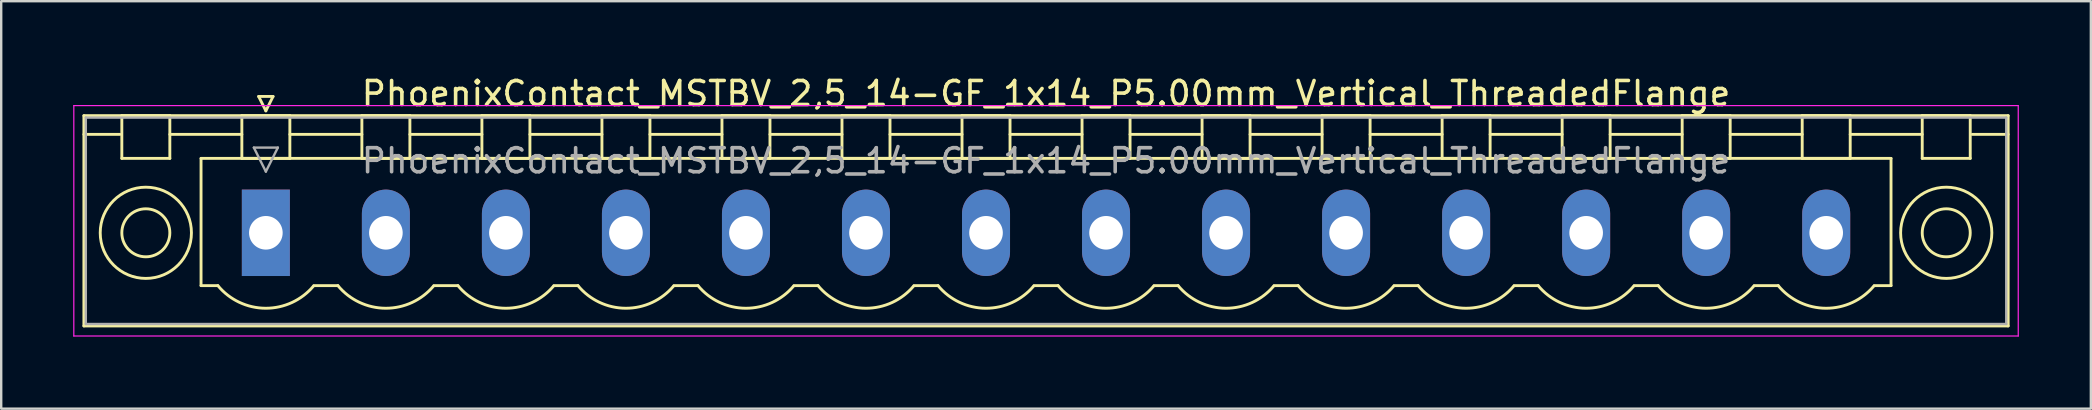
<source format=kicad_pcb>
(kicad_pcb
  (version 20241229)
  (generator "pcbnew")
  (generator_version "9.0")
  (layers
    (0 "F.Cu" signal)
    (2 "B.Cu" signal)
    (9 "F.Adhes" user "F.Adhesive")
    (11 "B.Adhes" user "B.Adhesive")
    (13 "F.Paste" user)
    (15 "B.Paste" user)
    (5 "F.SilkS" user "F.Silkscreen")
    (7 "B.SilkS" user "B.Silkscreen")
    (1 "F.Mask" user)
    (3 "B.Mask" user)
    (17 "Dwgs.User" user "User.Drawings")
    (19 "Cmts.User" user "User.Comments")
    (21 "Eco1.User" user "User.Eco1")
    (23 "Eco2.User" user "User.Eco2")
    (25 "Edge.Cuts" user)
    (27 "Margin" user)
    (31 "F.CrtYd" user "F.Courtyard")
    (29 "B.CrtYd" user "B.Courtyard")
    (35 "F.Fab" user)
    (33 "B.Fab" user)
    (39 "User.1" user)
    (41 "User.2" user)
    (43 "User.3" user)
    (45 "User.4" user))
  (footprint "PhoenixContact_MSTBV_2,5_14-GF_1x14_P5.00mm_Vertical_ThreadedFlange"
    (layer "F.Cu")
    (at 8.025 6.648)
    (property "Reference" "PhoenixContact_MSTBV_2,5_14-GF_1x14_P5.00mm_Vertical_ThreadedFlange" (at 32.5 -5.8 0) (layer "F.SilkS") (effects (font (size 1 1) (thickness 0.15))))
    (attr through_hole)
    (fp_line (start -7.58 -4.88) (end -7.58 3.88) (stroke (width 0.12) (type solid)) (layer "F.SilkS"))
    (fp_line (start -7.58 -4.1) (end -6.08 -4.1) (stroke (width 0.12) (type solid)) (layer "F.SilkS"))
    (fp_line (start -7.58 3.88) (end 72.58 3.88) (stroke (width 0.12) (type solid)) (layer "F.SilkS"))
    (fp_line (start -6 -4.88) (end -4 -4.88) (stroke (width 0.12) (type solid)) (layer "F.SilkS"))
    (fp_line (start -6 -3.1) (end -6 -4.88) (stroke (width 0.12) (type solid)) (layer "F.SilkS"))
    (fp_line (start -4 -4.88) (end -4 -3.1) (stroke (width 0.12) (type solid)) (layer "F.SilkS"))
    (fp_line (start -4 -4.1) (end -1 -4.1) (stroke (width 0.12) (type solid)) (layer "F.SilkS"))
    (fp_line (start -4 -3.1) (end -6 -3.1) (stroke (width 0.12) (type solid)) (layer "F.SilkS"))
    (fp_line (start -2.7 -3.1) (end 67.7 -3.1) (stroke (width 0.12) (type solid)) (layer "F.SilkS"))
    (fp_line (start -2.7 2.2) (end -2.7 -3.1) (stroke (width 0.12) (type solid)) (layer "F.SilkS"))
    (fp_line (start -2 2.2) (end -2.7 2.2) (stroke (width 0.12) (type solid)) (layer "F.SilkS"))
    (fp_line (start -1 -4.88) (end 1 -4.88) (stroke (width 0.12) (type solid)) (layer "F.SilkS"))
    (fp_line (start -1 -3.1) (end -1 -4.88) (stroke (width 0.12) (type solid)) (layer "F.SilkS"))
    (fp_line (start -0.3 -5.68) (end 0.3 -5.68) (stroke (width 0.12) (type solid)) (layer "F.SilkS"))
    (fp_line (start 0 -5.08) (end -0.3 -5.68) (stroke (width 0.12) (type solid)) (layer "F.SilkS"))
    (fp_line (start 0.3 -5.68) (end 0 -5.08) (stroke (width 0.12) (type solid)) (layer "F.SilkS"))
    (fp_line (start 1 -4.88) (end 1 -3.1) (stroke (width 0.12) (type solid)) (layer "F.SilkS"))
    (fp_line (start 1 -4.1) (end 4 -4.1) (stroke (width 0.12) (type solid)) (layer "F.SilkS"))
    (fp_line (start 1 -3.1) (end -1 -3.1) (stroke (width 0.12) (type solid)) (layer "F.SilkS"))
    (fp_line (start 2 2.2) (end 3 2.2) (stroke (width 0.12) (type solid)) (layer "F.SilkS"))
    (fp_line (start 4 -4.88) (end 6 -4.88) (stroke (width 0.12) (type solid)) (layer "F.SilkS"))
    (fp_line (start 4 -3.1) (end 4 -4.88) (stroke (width 0.12) (type solid)) (layer "F.SilkS"))
    (fp_line (start 6 -4.88) (end 6 -3.1) (stroke (width 0.12) (type solid)) (layer "F.SilkS"))
    (fp_line (start 6 -4.1) (end 9 -4.1) (stroke (width 0.12) (type solid)) (layer "F.SilkS"))
    (fp_line (start 6 -3.1) (end 4 -3.1) (stroke (width 0.12) (type solid)) (layer "F.SilkS"))
    (fp_line (start 7 2.2) (end 8 2.2) (stroke (width 0.12) (type solid)) (layer "F.SilkS"))
    (fp_line (start 9 -4.88) (end 11 -4.88) (stroke (width 0.12) (type solid)) (layer "F.SilkS"))
    (fp_line (start 9 -3.1) (end 9 -4.88) (stroke (width 0.12) (type solid)) (layer "F.SilkS"))
    (fp_line (start 11 -4.88) (end 11 -3.1) (stroke (width 0.12) (type solid)) (layer "F.SilkS"))
    (fp_line (start 11 -4.1) (end 14 -4.1) (stroke (width 0.12) (type solid)) (layer "F.SilkS"))
    (fp_line (start 11 -3.1) (end 9 -3.1) (stroke (width 0.12) (type solid)) (layer "F.SilkS"))
    (fp_line (start 12 2.2) (end 13 2.2) (stroke (width 0.12) (type solid)) (layer "F.SilkS"))
    (fp_line (start 14 -4.88) (end 16 -4.88) (stroke (width 0.12) (type solid)) (layer "F.SilkS"))
    (fp_line (start 14 -3.1) (end 14 -4.88) (stroke (width 0.12) (type solid)) (layer "F.SilkS"))
    (fp_line (start 16 -4.88) (end 16 -3.1) (stroke (width 0.12) (type solid)) (layer "F.SilkS"))
    (fp_line (start 16 -4.1) (end 19 -4.1) (stroke (width 0.12) (type solid)) (layer "F.SilkS"))
    (fp_line (start 16 -3.1) (end 14 -3.1) (stroke (width 0.12) (type solid)) (layer "F.SilkS"))
    (fp_line (start 17 2.2) (end 18 2.2) (stroke (width 0.12) (type solid)) (layer "F.SilkS"))
    (fp_line (start 19 -4.88) (end 21 -4.88) (stroke (width 0.12) (type solid)) (layer "F.SilkS"))
    (fp_line (start 19 -3.1) (end 19 -4.88) (stroke (width 0.12) (type solid)) (layer "F.SilkS"))
    (fp_line (start 21 -4.88) (end 21 -3.1) (stroke (width 0.12) (type solid)) (layer "F.SilkS"))
    (fp_line (start 21 -4.1) (end 24 -4.1) (stroke (width 0.12) (type solid)) (layer "F.SilkS"))
    (fp_line (start 21 -3.1) (end 19 -3.1) (stroke (width 0.12) (type solid)) (layer "F.SilkS"))
    (fp_line (start 22 2.2) (end 23 2.2) (stroke (width 0.12) (type solid)) (layer "F.SilkS"))
    (fp_line (start 24 -4.88) (end 26 -4.88) (stroke (width 0.12) (type solid)) (layer "F.SilkS"))
    (fp_line (start 24 -3.1) (end 24 -4.88) (stroke (width 0.12) (type solid)) (layer "F.SilkS"))
    (fp_line (start 26 -4.88) (end 26 -3.1) (stroke (width 0.12) (type solid)) (layer "F.SilkS"))
    (fp_line (start 26 -4.1) (end 29 -4.1) (stroke (width 0.12) (type solid)) (layer "F.SilkS"))
    (fp_line (start 26 -3.1) (end 24 -3.1) (stroke (width 0.12) (type solid)) (layer "F.SilkS"))
    (fp_line (start 27 2.2) (end 28 2.2) (stroke (width 0.12) (type solid)) (layer "F.SilkS"))
    (fp_line (start 29 -4.88) (end 31 -4.88) (stroke (width 0.12) (type solid)) (layer "F.SilkS"))
    (fp_line (start 29 -3.1) (end 29 -4.88) (stroke (width 0.12) (type solid)) (layer "F.SilkS"))
    (fp_line (start 31 -4.88) (end 31 -3.1) (stroke (width 0.12) (type solid)) (layer "F.SilkS"))
    (fp_line (start 31 -4.1) (end 34 -4.1) (stroke (width 0.12) (type solid)) (layer "F.SilkS"))
    (fp_line (start 31 -3.1) (end 29 -3.1) (stroke (width 0.12) (type solid)) (layer "F.SilkS"))
    (fp_line (start 32 2.2) (end 33 2.2) (stroke (width 0.12) (type solid)) (layer "F.SilkS"))
    (fp_line (start 34 -4.88) (end 36 -4.88) (stroke (width 0.12) (type solid)) (layer "F.SilkS"))
    (fp_line (start 34 -3.1) (end 34 -4.88) (stroke (width 0.12) (type solid)) (layer "F.SilkS"))
    (fp_line (start 36 -4.88) (end 36 -3.1) (stroke (width 0.12) (type solid)) (layer "F.SilkS"))
    (fp_line (start 36 -4.1) (end 39 -4.1) (stroke (width 0.12) (type solid)) (layer "F.SilkS"))
    (fp_line (start 36 -3.1) (end 34 -3.1) (stroke (width 0.12) (type solid)) (layer "F.SilkS"))
    (fp_line (start 37 2.2) (end 38 2.2) (stroke (width 0.12) (type solid)) (layer "F.SilkS"))
    (fp_line (start 39 -4.88) (end 41 -4.88) (stroke (width 0.12) (type solid)) (layer "F.SilkS"))
    (fp_line (start 39 -3.1) (end 39 -4.88) (stroke (width 0.12) (type solid)) (layer "F.SilkS"))
    (fp_line (start 41 -4.88) (end 41 -3.1) (stroke (width 0.12) (type solid)) (layer "F.SilkS"))
    (fp_line (start 41 -4.1) (end 44 -4.1) (stroke (width 0.12) (type solid)) (layer "F.SilkS"))
    (fp_line (start 41 -3.1) (end 39 -3.1) (stroke (width 0.12) (type solid)) (layer "F.SilkS"))
    (fp_line (start 42 2.2) (end 43 2.2) (stroke (width 0.12) (type solid)) (layer "F.SilkS"))
    (fp_line (start 44 -4.88) (end 46 -4.88) (stroke (width 0.12) (type solid)) (layer "F.SilkS"))
    (fp_line (start 44 -3.1) (end 44 -4.88) (stroke (width 0.12) (type solid)) (layer "F.SilkS"))
    (fp_line (start 46 -4.88) (end 46 -3.1) (stroke (width 0.12) (type solid)) (layer "F.SilkS"))
    (fp_line (start 46 -4.1) (end 49 -4.1) (stroke (width 0.12) (type solid)) (layer "F.SilkS"))
    (fp_line (start 46 -3.1) (end 44 -3.1) (stroke (width 0.12) (type solid)) (layer "F.SilkS"))
    (fp_line (start 47 2.2) (end 48 2.2) (stroke (width 0.12) (type solid)) (layer "F.SilkS"))
    (fp_line (start 49 -4.88) (end 51 -4.88) (stroke (width 0.12) (type solid)) (layer "F.SilkS"))
    (fp_line (start 49 -3.1) (end 49 -4.88) (stroke (width 0.12) (type solid)) (layer "F.SilkS"))
    (fp_line (start 51 -4.88) (end 51 -3.1) (stroke (width 0.12) (type solid)) (layer "F.SilkS"))
    (fp_line (start 51 -4.1) (end 54 -4.1) (stroke (width 0.12) (type solid)) (layer "F.SilkS"))
    (fp_line (start 51 -3.1) (end 49 -3.1) (stroke (width 0.12) (type solid)) (layer "F.SilkS"))
    (fp_line (start 52 2.2) (end 53 2.2) (stroke (width 0.12) (type solid)) (layer "F.SilkS"))
    (fp_line (start 54 -4.88) (end 56 -4.88) (stroke (width 0.12) (type solid)) (layer "F.SilkS"))
    (fp_line (start 54 -3.1) (end 54 -4.88) (stroke (width 0.12) (type solid)) (layer "F.SilkS"))
    (fp_line (start 56 -4.88) (end 56 -3.1) (stroke (width 0.12) (type solid)) (layer "F.SilkS"))
    (fp_line (start 56 -4.1) (end 59 -4.1) (stroke (width 0.12) (type solid)) (layer "F.SilkS"))
    (fp_line (start 56 -3.1) (end 54 -3.1) (stroke (width 0.12) (type solid)) (layer "F.SilkS"))
    (fp_line (start 57 2.2) (end 58 2.2) (stroke (width 0.12) (type solid)) (layer "F.SilkS"))
    (fp_line (start 59 -4.88) (end 61 -4.88) (stroke (width 0.12) (type solid)) (layer "F.SilkS"))
    (fp_line (start 59 -3.1) (end 59 -4.88) (stroke (width 0.12) (type solid)) (layer "F.SilkS"))
    (fp_line (start 61 -4.88) (end 61 -3.1) (stroke (width 0.12) (type solid)) (layer "F.SilkS"))
    (fp_line (start 61 -4.1) (end 64 -4.1) (stroke (width 0.12) (type solid)) (layer "F.SilkS"))
    (fp_line (start 61 -3.1) (end 59 -3.1) (stroke (width 0.12) (type solid)) (layer "F.SilkS"))
    (fp_line (start 62 2.2) (end 63 2.2) (stroke (width 0.12) (type solid)) (layer "F.SilkS"))
    (fp_line (start 64 -4.88) (end 66 -4.88) (stroke (width 0.12) (type solid)) (layer "F.SilkS"))
    (fp_line (start 64 -3.1) (end 64 -4.88) (stroke (width 0.12) (type solid)) (layer "F.SilkS"))
    (fp_line (start 66 -4.88) (end 66 -3.1) (stroke (width 0.12) (type solid)) (layer "F.SilkS"))
    (fp_line (start 66 -4.1) (end 69 -4.1) (stroke (width 0.12) (type solid)) (layer "F.SilkS"))
    (fp_line (start 66 -3.1) (end 64 -3.1) (stroke (width 0.12) (type solid)) (layer "F.SilkS"))
    (fp_line (start 67.7 -3.1) (end 67.7 2.2) (stroke (width 0.12) (type solid)) (layer "F.SilkS"))
    (fp_line (start 67.7 2.2) (end 67 2.2) (stroke (width 0.12) (type solid)) (layer "F.SilkS"))
    (fp_line (start 69 -4.88) (end 71 -4.88) (stroke (width 0.12) (type solid)) (layer "F.SilkS"))
    (fp_line (start 69 -3.1) (end 69 -4.88) (stroke (width 0.12) (type solid)) (layer "F.SilkS"))
    (fp_line (start 71 -4.88) (end 71 -3.1) (stroke (width 0.12) (type solid)) (layer "F.SilkS"))
    (fp_line (start 71 -3.1) (end 69 -3.1) (stroke (width 0.12) (type solid)) (layer "F.SilkS"))
    (fp_line (start 72.58 -4.88) (end -7.58 -4.88) (stroke (width 0.12) (type solid)) (layer "F.SilkS"))
    (fp_line (start 72.58 -4.1) (end 71.08 -4.1) (stroke (width 0.12) (type solid)) (layer "F.SilkS"))
    (fp_line (start 72.58 3.88) (end 72.58 -4.88) (stroke (width 0.12) (type solid)) (layer "F.SilkS"))
    (fp_arc (start 1.986842 2.215821) (mid -0.010289 3.142758) (end -2 2.2) (stroke (width 0.12) (type solid)) (layer "F.SilkS"))
    (fp_arc (start 6.986842 2.215821) (mid 4.989711 3.142758) (end 3 2.2) (stroke (width 0.12) (type solid)) (layer "F.SilkS"))
    (fp_arc (start 11.986842 2.215821) (mid 9.989711 3.142758) (end 8 2.2) (stroke (width 0.12) (type solid)) (layer "F.SilkS"))
    (fp_arc (start 16.986842 2.215821) (mid 14.989711 3.142758) (end 13 2.2) (stroke (width 0.12) (type solid)) (layer "F.SilkS"))
    (fp_arc (start 21.986842 2.215821) (mid 19.989711 3.142758) (end 18 2.2) (stroke (width 0.12) (type solid)) (layer "F.SilkS"))
    (fp_arc (start 26.986842 2.215821) (mid 24.989711 3.142758) (end 23 2.2) (stroke (width 0.12) (type solid)) (layer "F.SilkS"))
    (fp_arc (start 31.986842 2.215821) (mid 29.989711 3.142758) (end 28 2.2) (stroke (width 0.12) (type solid)) (layer "F.SilkS"))
    (fp_arc (start 36.986842 2.215821) (mid 34.989711 3.142758) (end 33 2.2) (stroke (width 0.12) (type solid)) (layer "F.SilkS"))
    (fp_arc (start 41.986842 2.215821) (mid 39.989711 3.142758) (end 38 2.2) (stroke (width 0.12) (type solid)) (layer "F.SilkS"))
    (fp_arc (start 46.986842 2.215821) (mid 44.989711 3.142758) (end 43 2.2) (stroke (width 0.12) (type solid)) (layer "F.SilkS"))
    (fp_arc (start 51.986842 2.215821) (mid 49.989711 3.142758) (end 48 2.2) (stroke (width 0.12) (type solid)) (layer "F.SilkS"))
    (fp_arc (start 56.986842 2.215821) (mid 54.989711 3.142758) (end 53 2.2) (stroke (width 0.12) (type solid)) (layer "F.SilkS"))
    (fp_arc (start 61.986842 2.215821) (mid 59.989711 3.142758) (end 58 2.2) (stroke (width 0.12) (type solid)) (layer "F.SilkS"))
    (fp_arc (start 66.986842 2.215821) (mid 64.989711 3.142758) (end 63 2.2) (stroke (width 0.12) (type solid)) (layer "F.SilkS"))
    (fp_circle (center -5 0) (end -4 0) (stroke (width 0.12) (type solid)) (fill no) (layer "F.SilkS"))
    (fp_circle (center -5 0) (end -3.1 0) (stroke (width 0.12) (type solid)) (fill no) (layer "F.SilkS"))
    (fp_circle (center 70 0) (end 71 0) (stroke (width 0.12) (type solid)) (fill no) (layer "F.SilkS"))
    (fp_circle (center 70 0) (end 71.9 0) (stroke (width 0.12) (type solid)) (fill no) (layer "F.SilkS"))
    (fp_line (start -8 -5.3) (end -8 4.3) (stroke (width 0.05) (type solid)) (layer "F.CrtYd"))
    (fp_line (start -8 4.3) (end 73 4.3) (stroke (width 0.05) (type solid)) (layer "F.CrtYd"))
    (fp_line (start 73 -5.3) (end -8 -5.3) (stroke (width 0.05) (type solid)) (layer "F.CrtYd"))
    (fp_line (start 73 4.3) (end 73 -5.3) (stroke (width 0.05) (type solid)) (layer "F.CrtYd"))
    (fp_line (start -7.5 -4.8) (end -7.5 3.8) (stroke (width 0.1) (type solid)) (layer "F.Fab"))
    (fp_line (start -7.5 3.8) (end 72.5 3.8) (stroke (width 0.1) (type solid)) (layer "F.Fab"))
    (fp_line (start -0.5 -3.55) (end 0.5 -3.55) (stroke (width 0.1) (type solid)) (layer "F.Fab"))
    (fp_line (start 0 -2.55) (end -0.5 -3.55) (stroke (width 0.1) (type solid)) (layer "F.Fab"))
    (fp_line (start 0.5 -3.55) (end 0 -2.55) (stroke (width 0.1) (type solid)) (layer "F.Fab"))
    (fp_line (start 72.5 -4.8) (end -7.5 -4.8) (stroke (width 0.1) (type solid)) (layer "F.Fab"))
    (fp_line (start 72.5 3.8) (end 72.5 -4.8) (stroke (width 0.1) (type solid)) (layer "F.Fab"))
    (fp_text user "${REFERENCE}" (at 32.5 -3 0) (layer "F.Fab") (effects (font (size 1 1) (thickness 0.15))))
    (pad "1" thru_hole rect (at 0 0) (size 2 3.6) (drill 1.4) (layers "*.Cu" "*.Mask"))
    (pad "2" thru_hole oval (at 5 0) (size 2 3.6) (drill 1.4) (layers "*.Cu" "*.Mask"))
    (pad "3" thru_hole oval (at 10 0) (size 2 3.6) (drill 1.4) (layers "*.Cu" "*.Mask"))
    (pad "4" thru_hole oval (at 15 0) (size 2 3.6) (drill 1.4) (layers "*.Cu" "*.Mask"))
    (pad "5" thru_hole oval (at 20 0) (size 2 3.6) (drill 1.4) (layers "*.Cu" "*.Mask"))
    (pad "6" thru_hole oval (at 25 0) (size 2 3.6) (drill 1.4) (layers "*.Cu" "*.Mask"))
    (pad "7" thru_hole oval (at 30 0) (size 2 3.6) (drill 1.4) (layers "*.Cu" "*.Mask"))
    (pad "8" thru_hole oval (at 35 0) (size 2 3.6) (drill 1.4) (layers "*.Cu" "*.Mask"))
    (pad "9" thru_hole oval (at 40 0) (size 2 3.6) (drill 1.4) (layers "*.Cu" "*.Mask"))
    (pad "10" thru_hole oval (at 45 0) (size 2 3.6) (drill 1.4) (layers "*.Cu" "*.Mask"))
    (pad "11" thru_hole oval (at 50 0) (size 2 3.6) (drill 1.4) (layers "*.Cu" "*.Mask"))
    (pad "12" thru_hole oval (at 55 0) (size 2 3.6) (drill 1.4) (layers "*.Cu" "*.Mask"))
    (pad "13" thru_hole oval (at 60 0) (size 2 3.6) (drill 1.4) (layers "*.Cu" "*.Mask"))
    (pad "14" thru_hole oval (at 65 0) (size 2 3.6) (drill 1.4) (layers "*.Cu" "*.Mask")))
  (gr_rect
    (start -3 -3)
    (end 84.05 13.973)
    (stroke (width 0.1) (type default))
    (fill no)
    (layer "Edge.Cuts")))
</source>
